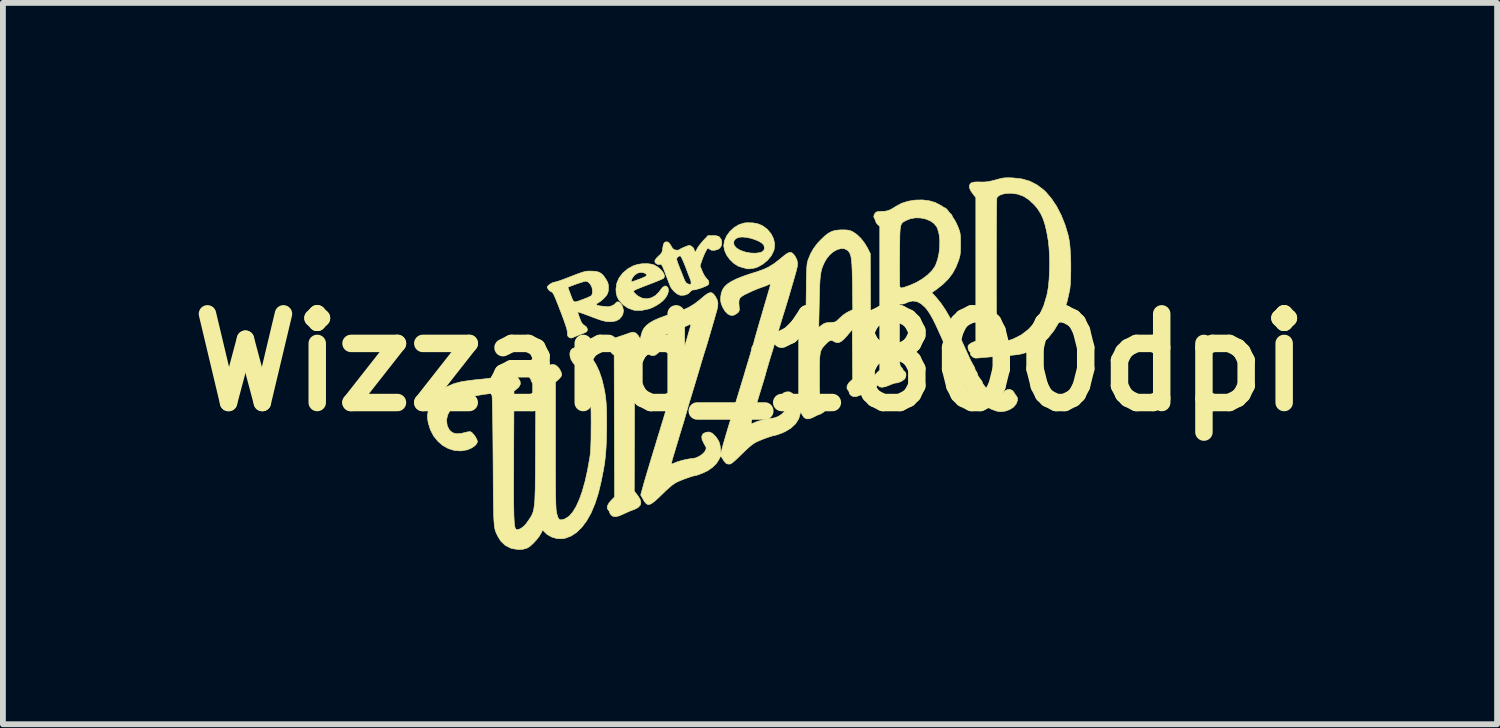
<source format=kicad_pcb>
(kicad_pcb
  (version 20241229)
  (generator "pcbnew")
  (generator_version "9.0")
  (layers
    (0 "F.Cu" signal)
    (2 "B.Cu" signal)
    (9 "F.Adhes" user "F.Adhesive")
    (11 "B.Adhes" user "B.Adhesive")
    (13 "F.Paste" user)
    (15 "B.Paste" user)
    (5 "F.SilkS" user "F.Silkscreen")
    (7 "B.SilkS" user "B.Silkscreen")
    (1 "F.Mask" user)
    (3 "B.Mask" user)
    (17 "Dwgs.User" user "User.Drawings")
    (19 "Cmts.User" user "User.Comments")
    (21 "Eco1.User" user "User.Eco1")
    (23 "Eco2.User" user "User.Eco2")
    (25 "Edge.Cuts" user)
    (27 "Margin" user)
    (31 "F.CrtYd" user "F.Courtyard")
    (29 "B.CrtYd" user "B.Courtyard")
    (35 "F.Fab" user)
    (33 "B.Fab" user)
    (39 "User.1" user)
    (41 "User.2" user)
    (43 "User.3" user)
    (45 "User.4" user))
  (footprint "Wizzard_1800dpi"
    (layer "F.Cu")
    (at 9.841 3.179)
    (property "Reference" "Wizzard_1800dpi" (at 0 0 0) (layer "F.SilkS") (effects (font (size 1.524 1.524) (thickness 0.3))))
    (attr through_hole)
    (fp_poly (pts (xy 0.053 -2.398) (xy 0.139 -2.381) (xy 0.213 -2.35) (xy 0.281 -2.301) (xy 0.293 -2.291) (xy 0.36 -2.213) (xy 0.404 -2.127) (xy 0.423 -2.036) (xy 0.415 -1.946) (xy 0.407 -1.918) (xy 0.367 -1.837) (xy 0.305 -1.76) (xy 0.227 -1.694) (xy 0.14 -1.644) (xy 0.106 -1.63) (xy 0.06 -1.618) (xy 0.01 -1.611) (xy -0.035 -1.608) (xy -0.066 -1.612) (xy -0.072 -1.615) (xy -0.089 -1.621) (xy -0.122 -1.629) (xy -0.126 -1.63) (xy -0.205 -1.656) (xy -0.281 -1.705) (xy -0.348 -1.77) (xy -0.402 -1.845) (xy -0.438 -1.926) (xy -0.452 -2.007) (xy -0.452 -2.007) (xy -0.444 -2.055) (xy -0.283 -2.055) (xy -0.27 -2.008) (xy -0.233 -1.966) (xy -0.167 -1.926) (xy -0.083 -1.897) (xy 0.008 -1.88) (xy 0.098 -1.877) (xy 0.176 -1.888) (xy 0.192 -1.893) (xy 0.233 -1.92) (xy 0.249 -1.959) (xy 0.24 -2.008) (xy 0.237 -2.015) (xy 0.208 -2.048) (xy 0.157 -2.08) (xy 0.091 -2.109) (xy 0.017 -2.133) (xy -0.059 -2.149) (xy -0.131 -2.156) (xy -0.183 -2.152) (xy -0.238 -2.132) (xy -0.272 -2.098) (xy -0.283 -2.055) (xy -0.444 -2.055) (xy -0.438 -2.093) (xy -0.401 -2.176) (xy -0.345 -2.252) (xy -0.274 -2.317) (xy -0.193 -2.366) (xy -0.106 -2.395) (xy -0.053 -2.401) (xy 0.053 -2.398)) (stroke (width 0.01) (type solid)) (fill yes) (layer "F.SilkS"))
    (fp_poly (pts (xy -1.682 -1.686) (xy -1.647 -1.674) (xy -1.589 -1.641) (xy -1.539 -1.6) (xy -1.5 -1.555) (xy -1.476 -1.511) (xy -1.471 -1.473) (xy -1.484 -1.447) (xy -1.502 -1.437) (xy -1.543 -1.419) (xy -1.602 -1.394) (xy -1.673 -1.366) (xy -1.753 -1.335) (xy -1.759 -1.333) (xy -1.847 -1.299) (xy -1.911 -1.274) (xy -1.956 -1.255) (xy -1.984 -1.241) (xy -1.998 -1.23) (xy -2.002 -1.221) (xy -1.998 -1.211) (xy -1.994 -1.205) (xy -1.97 -1.178) (xy -1.934 -1.147) (xy -1.918 -1.135) (xy -1.847 -1.102) (xy -1.771 -1.094) (xy -1.696 -1.11) (xy -1.625 -1.149) (xy -1.563 -1.211) (xy -1.544 -1.238) (xy -1.504 -1.288) (xy -1.468 -1.312) (xy -1.437 -1.311) (xy -1.411 -1.283) (xy -1.409 -1.277) (xy -1.401 -1.229) (xy -1.417 -1.171) (xy -1.453 -1.11) (xy -1.491 -1.067) (xy -1.541 -1.024) (xy -1.605 -0.982) (xy -1.672 -0.946) (xy -1.734 -0.921) (xy -1.772 -0.913) (xy -1.807 -0.907) (xy -1.828 -0.901) (xy -1.852 -0.896) (xy -1.893 -0.893) (xy -1.939 -0.893) (xy -1.98 -0.896) (xy -1.997 -0.898) (xy -2.095 -0.933) (xy -2.175 -0.986) (xy -2.204 -1.014) (xy -2.256 -1.076) (xy -2.286 -1.135) (xy -2.301 -1.201) (xy -2.304 -1.261) (xy -2.29 -1.361) (xy -2.274 -1.398) (xy -2.043 -1.398) (xy -2.042 -1.389) (xy -2.031 -1.387) (xy -2.007 -1.393) (xy -1.966 -1.408) (xy -1.904 -1.431) (xy -1.874 -1.442) (xy -1.815 -1.467) (xy -1.782 -1.488) (xy -1.774 -1.506) (xy -1.792 -1.524) (xy -1.822 -1.539) (xy -1.879 -1.549) (xy -1.936 -1.534) (xy -1.987 -1.498) (xy -2.026 -1.445) (xy -2.039 -1.413) (xy -2.043 -1.398) (xy -2.274 -1.398) (xy -2.25 -1.453) (xy -2.186 -1.537) (xy -2.1 -1.609) (xy -2.009 -1.659) (xy -1.933 -1.684) (xy -1.846 -1.697) (xy -1.76 -1.698) (xy -1.682 -1.686)) (stroke (width 0.01) (type solid)) (fill yes) (layer "F.SilkS"))
    (fp_poly (pts (xy -0.581 -2.177) (xy -0.544 -2.167) (xy -0.524 -2.154) (xy -0.495 -2.112) (xy -0.485 -2.061) (xy -0.492 -2.009) (xy -0.517 -1.967) (xy -0.549 -1.944) (xy -0.608 -1.927) (xy -0.66 -1.928) (xy -0.698 -1.947) (xy -0.7 -1.949) (xy -0.715 -1.964) (xy -0.727 -1.963) (xy -0.742 -1.943) (xy -0.758 -1.916) (xy -0.781 -1.87) (xy -0.806 -1.811) (xy -0.826 -1.758) (xy -0.859 -1.66) (xy -0.822 -1.567) (xy -0.795 -1.51) (xy -0.765 -1.463) (xy -0.746 -1.442) (xy -0.716 -1.407) (xy -0.706 -1.369) (xy -0.716 -1.338) (xy -0.723 -1.331) (xy -0.752 -1.315) (xy -0.797 -1.296) (xy -0.85 -1.276) (xy -0.902 -1.26) (xy -0.945 -1.249) (xy -0.972 -1.246) (xy -0.974 -1.246) (xy -1.003 -1.24) (xy -1.023 -1.218) (xy -1.064 -1.18) (xy -1.121 -1.157) (xy -1.184 -1.153) (xy -1.208 -1.157) (xy -1.25 -1.176) (xy -1.297 -1.213) (xy -1.339 -1.258) (xy -1.365 -1.298) (xy -1.377 -1.325) (xy -1.395 -1.372) (xy -1.418 -1.432) (xy -1.44 -1.488) (xy -1.469 -1.566) (xy -1.491 -1.62) (xy -1.507 -1.656) (xy -1.519 -1.676) (xy -1.531 -1.685) (xy -1.543 -1.686) (xy -1.551 -1.684) (xy -1.589 -1.685) (xy -1.621 -1.704) (xy -1.637 -1.734) (xy -1.637 -1.74) (xy -1.625 -1.77) (xy -1.619 -1.777) (xy -1.261 -1.777) (xy -1.256 -1.751) (xy -1.244 -1.714) (xy -1.224 -1.662) (xy -1.205 -1.612) (xy -1.198 -1.595) (xy -1.181 -1.555) (xy -1.16 -1.501) (xy -1.143 -1.456) (xy -1.123 -1.409) (xy -1.103 -1.375) (xy -1.088 -1.359) (xy -1.054 -1.346) (xy -1.044 -1.341) (xy -1.023 -1.34) (xy -1.013 -1.36) (xy -1.015 -1.393) (xy -1.022 -1.418) (xy -1.034 -1.447) (xy -1.053 -1.496) (xy -1.077 -1.558) (xy -1.103 -1.628) (xy -1.108 -1.642) (xy -1.135 -1.709) (xy -1.16 -1.766) (xy -1.18 -1.807) (xy -1.194 -1.829) (xy -1.197 -1.831) (xy -1.22 -1.827) (xy -1.242 -1.812) (xy -1.257 -1.795) (xy -1.261 -1.777) (xy -1.619 -1.777) (xy -1.592 -1.809) (xy -1.573 -1.827) (xy -1.536 -1.862) (xy -1.515 -1.891) (xy -1.505 -1.926) (xy -1.5 -1.965) (xy -1.49 -2.024) (xy -1.473 -2.058) (xy -1.447 -2.072) (xy -1.422 -2.072) (xy -1.392 -2.055) (xy -1.363 -2.013) (xy -1.358 -2.004) (xy -1.333 -1.962) (xy -1.306 -1.939) (xy -1.28 -1.931) (xy -1.235 -1.929) (xy -1.214 -1.939) (xy -1.189 -1.954) (xy -1.149 -1.973) (xy -1.116 -1.987) (xy -1.072 -2.004) (xy -1.044 -2.01) (xy -1.024 -2.006) (xy -1.006 -1.996) (xy -0.979 -1.973) (xy -0.966 -1.954) (xy -0.953 -1.914) (xy -0.942 -1.9) (xy -0.93 -1.912) (xy -0.913 -1.946) (xy -0.889 -1.988) (xy -0.851 -2.038) (xy -0.809 -2.088) (xy -0.803 -2.094) (xy -0.723 -2.179) (xy -0.638 -2.18) (xy -0.581 -2.177)) (stroke (width 0.01) (type solid)) (fill yes) (layer "F.SilkS"))
    (fp_poly (pts (xy 4.521 -3.171) (xy 4.673 -3.154) (xy 4.808 -3.115) (xy 4.931 -3.052) (xy 5.046 -2.965) (xy 5.085 -2.928) (xy 5.181 -2.815) (xy 5.271 -2.68) (xy 5.349 -2.528) (xy 5.415 -2.363) (xy 5.466 -2.193) (xy 5.484 -2.108) (xy 5.495 -2.032) (xy 5.503 -1.935) (xy 5.509 -1.824) (xy 5.513 -1.704) (xy 5.513 -1.584) (xy 5.511 -1.469) (xy 5.507 -1.365) (xy 5.499 -1.28) (xy 5.495 -1.249) (xy 5.451 -1.05) (xy 5.39 -0.866) (xy 5.314 -0.698) (xy 5.224 -0.549) (xy 5.121 -0.419) (xy 5.006 -0.312) (xy 4.88 -0.229) (xy 4.785 -0.185) (xy 4.743 -0.17) (xy 4.704 -0.157) (xy 4.666 -0.147) (xy 4.622 -0.138) (xy 4.57 -0.131) (xy 4.505 -0.124) (xy 4.422 -0.117) (xy 4.317 -0.109) (xy 4.26 -0.105) (xy 4.169 -0.098) (xy 4.084 -0.091) (xy 4.01 -0.085) (xy 3.953 -0.08) (xy 3.918 -0.076) (xy 3.916 -0.076) (xy 3.87 -0.075) (xy 3.834 -0.089) (xy 3.82 -0.099) (xy 3.795 -0.125) (xy 3.787 -0.147) (xy 3.787 -0.149) (xy 3.786 -0.172) (xy 3.78 -0.177) (xy 3.761 -0.202) (xy 3.748 -0.241) (xy 3.746 -0.278) (xy 3.748 -0.285) (xy 3.765 -0.307) (xy 3.799 -0.331) (xy 3.818 -0.341) (xy 3.881 -0.368) (xy 3.881 -1.588) (xy 4.233 -1.588) (xy 4.233 -1.365) (xy 4.234 -1.17) (xy 4.234 -1) (xy 4.235 -0.854) (xy 4.236 -0.73) (xy 4.237 -0.626) (xy 4.238 -0.543) (xy 4.24 -0.477) (xy 4.242 -0.427) (xy 4.244 -0.392) (xy 4.247 -0.371) (xy 4.25 -0.362) (xy 4.251 -0.361) (xy 4.286 -0.355) (xy 4.34 -0.358) (xy 4.404 -0.368) (xy 4.471 -0.385) (xy 4.523 -0.403) (xy 4.661 -0.472) (xy 4.782 -0.565) (xy 4.888 -0.679) (xy 4.976 -0.816) (xy 5.048 -0.974) (xy 5.101 -1.152) (xy 5.11 -1.192) (xy 5.128 -1.298) (xy 5.14 -1.424) (xy 5.147 -1.563) (xy 5.15 -1.708) (xy 5.147 -1.85) (xy 5.138 -1.984) (xy 5.125 -2.101) (xy 5.123 -2.11) (xy 5.098 -2.25) (xy 5.07 -2.368) (xy 5.038 -2.466) (xy 5 -2.55) (xy 4.954 -2.625) (xy 4.898 -2.696) (xy 4.888 -2.707) (xy 4.796 -2.794) (xy 4.701 -2.856) (xy 4.599 -2.893) (xy 4.487 -2.908) (xy 4.464 -2.908) (xy 4.388 -2.903) (xy 4.322 -2.887) (xy 4.272 -2.863) (xy 4.244 -2.832) (xy 4.242 -2.829) (xy 4.241 -2.811) (xy 4.24 -2.768) (xy 4.238 -2.701) (xy 4.237 -2.611) (xy 4.236 -2.502) (xy 4.235 -2.375) (xy 4.235 -2.232) (xy 4.234 -2.075) (xy 4.234 -1.907) (xy 4.233 -1.73) (xy 4.233 -1.588) (xy 3.881 -1.588) (xy 3.881 -2.834) (xy 3.848 -2.874) (xy 3.798 -2.943) (xy 3.772 -2.998) (xy 3.769 -3.041) (xy 3.789 -3.074) (xy 3.801 -3.083) (xy 3.828 -3.095) (xy 3.869 -3.101) (xy 3.93 -3.102) (xy 3.959 -3.101) (xy 4.03 -3.101) (xy 4.091 -3.107) (xy 4.155 -3.12) (xy 4.225 -3.138) (xy 4.291 -3.156) (xy 4.343 -3.168) (xy 4.392 -3.173) (xy 4.449 -3.174) (xy 4.521 -3.171)) (stroke (width 0.01) (type solid)) (fill yes) (layer "F.SilkS"))
    (fp_poly (pts (xy -2.673 -1.567) (xy -2.609 -1.555) (xy -2.559 -1.53) (xy -2.516 -1.488) (xy -2.475 -1.427) (xy -2.448 -1.379) (xy -2.436 -1.338) (xy -2.433 -1.29) (xy -2.433 -1.272) (xy -2.438 -1.218) (xy -2.451 -1.179) (xy -2.476 -1.14) (xy -2.484 -1.131) (xy -2.526 -1.087) (xy -2.575 -1.047) (xy -2.594 -1.035) (xy -2.63 -1.013) (xy -2.643 -0.999) (xy -2.639 -0.988) (xy -2.633 -0.985) (xy -2.604 -0.975) (xy -2.562 -0.969) (xy -2.55 -0.967) (xy -2.51 -0.964) (xy -2.481 -0.96) (xy -2.477 -0.959) (xy -2.438 -0.956) (xy -2.391 -0.967) (xy -2.347 -0.986) (xy -2.32 -1.009) (xy -2.29 -1.039) (xy -2.258 -1.041) (xy -2.226 -1.017) (xy -2.195 -0.967) (xy -2.19 -0.955) (xy -2.174 -0.89) (xy -2.186 -0.829) (xy -2.203 -0.795) (xy -2.244 -0.746) (xy -2.299 -0.715) (xy -2.37 -0.701) (xy -2.413 -0.7) (xy -2.452 -0.702) (xy -2.492 -0.708) (xy -2.537 -0.719) (xy -2.594 -0.737) (xy -2.668 -0.764) (xy -2.73 -0.787) (xy -2.804 -0.815) (xy -2.869 -0.839) (xy -2.919 -0.856) (xy -2.951 -0.866) (xy -2.961 -0.868) (xy -2.959 -0.853) (xy -2.948 -0.819) (xy -2.932 -0.772) (xy -2.927 -0.76) (xy -2.905 -0.703) (xy -2.884 -0.667) (xy -2.862 -0.645) (xy -2.845 -0.635) (xy -2.812 -0.609) (xy -2.796 -0.575) (xy -2.799 -0.542) (xy -2.811 -0.526) (xy -2.832 -0.515) (xy -2.872 -0.497) (xy -2.924 -0.477) (xy -2.935 -0.473) (xy -2.987 -0.453) (xy -3.029 -0.435) (xy -3.053 -0.424) (xy -3.056 -0.422) (xy -3.078 -0.419) (xy -3.105 -0.428) (xy -3.127 -0.444) (xy -3.137 -0.469) (xy -3.138 -0.508) (xy -3.141 -0.537) (xy -3.15 -0.579) (xy -3.168 -0.636) (xy -3.194 -0.711) (xy -3.229 -0.808) (xy -3.26 -0.888) (xy -3.299 -0.989) (xy -3.33 -1.067) (xy -3.354 -1.124) (xy -3.373 -1.165) (xy -3.388 -1.191) (xy -3.401 -1.206) (xy -3.413 -1.213) (xy -3.416 -1.214) (xy -3.447 -1.232) (xy -3.471 -1.261) (xy -3.484 -1.288) (xy -3.483 -1.292) (xy -3.129 -1.292) (xy -3.126 -1.278) (xy -3.114 -1.245) (xy -3.096 -1.196) (xy -3.082 -1.159) (xy -3.061 -1.104) (xy -3.045 -1.067) (xy -3.028 -1.047) (xy -3.005 -1.04) (xy -2.971 -1.047) (xy -2.921 -1.065) (xy -2.854 -1.09) (xy -2.8 -1.111) (xy -2.756 -1.131) (xy -2.728 -1.146) (xy -2.723 -1.15) (xy -2.711 -1.182) (xy -2.708 -1.228) (xy -2.714 -1.277) (xy -2.721 -1.301) (xy -2.748 -1.348) (xy -2.783 -1.382) (xy -2.82 -1.397) (xy -2.823 -1.397) (xy -2.844 -1.393) (xy -2.884 -1.381) (xy -2.936 -1.364) (xy -2.993 -1.345) (xy -3.047 -1.325) (xy -3.093 -1.308) (xy -3.122 -1.296) (xy -3.129 -1.292) (xy -3.483 -1.292) (xy -3.48 -1.307) (xy -3.459 -1.329) (xy -3.453 -1.334) (xy -3.415 -1.36) (xy -3.378 -1.376) (xy -3.375 -1.376) (xy -3.34 -1.384) (xy -3.304 -1.394) (xy -3.26 -1.408) (xy -3.206 -1.428) (xy -3.135 -1.455) (xy -3.048 -1.489) (xy -2.962 -1.522) (xy -2.897 -1.545) (xy -2.846 -1.56) (xy -2.803 -1.568) (xy -2.763 -1.57) (xy -2.759 -1.57) (xy -2.673 -1.567)) (stroke (width 0.01) (type solid)) (fill yes) (layer "F.SilkS"))
    (fp_poly (pts (xy -2.916 -0.243) (xy -2.845 -0.204) (xy -2.774 -0.142) (xy -2.708 -0.061) (xy -2.646 0.038) (xy -2.593 0.152) (xy -2.549 0.278) (xy -2.535 0.332) (xy -2.513 0.425) (xy -2.496 0.511) (xy -2.483 0.594) (xy -2.474 0.682) (xy -2.468 0.778) (xy -2.465 0.888) (xy -2.464 1.019) (xy -2.464 1.087) (xy -2.467 1.276) (xy -2.473 1.441) (xy -2.483 1.585) (xy -2.497 1.712) (xy -2.515 1.826) (xy -2.519 1.849) (xy -2.532 1.91) (xy -2.546 1.984) (xy -2.56 2.053) (xy -2.56 2.053) (xy -2.607 2.249) (xy -2.664 2.426) (xy -2.73 2.583) (xy -2.805 2.718) (xy -2.889 2.831) (xy -2.979 2.92) (xy -3.076 2.984) (xy -3.178 3.022) (xy -3.233 3.031) (xy -3.32 3.027) (xy -3.406 3.002) (xy -3.483 2.959) (xy -3.512 2.934) (xy -3.565 2.88) (xy -3.594 2.94) (xy -3.627 2.994) (xy -3.674 3.053) (xy -3.727 3.11) (xy -3.78 3.158) (xy -3.827 3.189) (xy -3.831 3.191) (xy -3.905 3.212) (xy -3.992 3.215) (xy -4.082 3.2) (xy -4.12 3.189) (xy -4.208 3.143) (xy -4.28 3.075) (xy -4.328 3) (xy -4.342 2.972) (xy -4.355 2.948) (xy -4.365 2.924) (xy -4.375 2.899) (xy -4.383 2.871) (xy -4.389 2.839) (xy -4.395 2.799) (xy -4.399 2.751) (xy -4.403 2.691) (xy -4.406 2.618) (xy -4.408 2.531) (xy -4.41 2.426) (xy -4.412 2.303) (xy -4.413 2.158) (xy -4.414 1.991) (xy -4.415 1.798) (xy -4.416 1.669) (xy -4.418 1.439) (xy -4.42 1.234) (xy -4.422 1.054) (xy -4.424 0.901) (xy -4.427 0.774) (xy -4.429 0.673) (xy -4.432 0.599) (xy -4.435 0.553) (xy -4.438 0.535) (xy -4.438 0.535) (xy -4.466 0.536) (xy -4.513 0.541) (xy -4.574 0.549) (xy -4.639 0.56) (xy -4.703 0.571) (xy -4.756 0.582) (xy -4.784 0.589) (xy -4.906 0.632) (xy -5.01 0.688) (xy -5.095 0.753) (xy -5.158 0.827) (xy -5.199 0.907) (xy -5.216 0.991) (xy -5.206 1.077) (xy -5.199 1.101) (xy -5.164 1.166) (xy -5.115 1.207) (xy -5.051 1.226) (xy -4.971 1.222) (xy -4.904 1.206) (xy -4.857 1.195) (xy -4.818 1.19) (xy -4.804 1.191) (xy -4.778 1.208) (xy -4.746 1.243) (xy -4.716 1.285) (xy -4.694 1.328) (xy -4.685 1.361) (xy -4.698 1.397) (xy -4.733 1.435) (xy -4.785 1.47) (xy -4.848 1.498) (xy -4.864 1.503) (xy -4.973 1.521) (xy -5.081 1.513) (xy -5.184 1.481) (xy -5.28 1.428) (xy -5.365 1.355) (xy -5.438 1.265) (xy -5.493 1.159) (xy -5.53 1.041) (xy -5.534 1.018) (xy -5.542 0.964) (xy -5.544 0.919) (xy -5.538 0.872) (xy -5.526 0.812) (xy -5.524 0.803) (xy -5.482 0.685) (xy -5.417 0.582) (xy -5.328 0.493) (xy -5.218 0.421) (xy -5.088 0.365) (xy -4.967 0.333) (xy -4.914 0.324) (xy -4.842 0.314) (xy -4.758 0.303) (xy -4.669 0.293) (xy -4.632 0.29) (xy -4.545 0.281) (xy -4.461 0.27) (xy -4.385 0.26) (xy -4.327 0.25) (xy -4.307 0.246) (xy -4.217 0.226) (xy -4.15 0.212) (xy -4.103 0.203) (xy -4.071 0.2) (xy -4.05 0.201) (xy -4.037 0.208) (xy -4.026 0.218) (xy -4.02 0.226) (xy -3.997 0.256) (xy -3.981 0.276) (xy -3.951 0.327) (xy -3.948 0.374) (xy -3.972 0.42) (xy -4.01 0.456) (xy -4.057 0.493) (xy -4.062 1.601) (xy -4.062 1.819) (xy -4.063 2.011) (xy -4.063 2.178) (xy -4.063 2.321) (xy -4.062 2.444) (xy -4.06 2.547) (xy -4.058 2.632) (xy -4.055 2.7) (xy -4.052 2.755) (xy -4.047 2.797) (xy -4.042 2.827) (xy -4.035 2.849) (xy -4.028 2.863) (xy -4.019 2.871) (xy -4.014 2.874) (xy -3.983 2.873) (xy -3.941 2.855) (xy -3.898 2.824) (xy -3.859 2.786) (xy -3.849 2.773) (xy -3.82 2.733) (xy -3.796 2.699) (xy -3.775 2.667) (xy -3.756 2.636) (xy -3.741 2.604) (xy -3.728 2.568) (xy -3.718 2.527) (xy -3.71 2.478) (xy -3.703 2.419) (xy -3.698 2.348) (xy -3.695 2.263) (xy -3.692 2.162) (xy -3.691 2.043) (xy -3.689 1.902) (xy -3.688 1.739) (xy -3.687 1.552) (xy -3.687 1.429) (xy -3.681 0.409) (xy -3.725 0.365) (xy -3.75 0.337) (xy -3.762 0.317) (xy -3.761 0.313) (xy -3.763 0.298) (xy -3.774 0.283) (xy -3.793 0.252) (xy -3.803 0.224) (xy -3.799 0.186) (xy -3.769 0.154) (xy -3.712 0.129) (xy -3.646 0.114) (xy -3.588 0.101) (xy -3.534 0.085) (xy -3.501 0.072) (xy -3.438 0.044) (xy -3.389 0.034) (xy -3.35 0.043) (xy -3.32 0.063) (xy -3.282 0.103) (xy -3.254 0.15) (xy -3.238 0.195) (xy -3.238 0.225) (xy -3.254 0.251) (xy -3.283 0.283) (xy -3.296 0.295) (xy -3.344 0.338) (xy -3.344 1.418) (xy -3.344 1.623) (xy -3.344 1.802) (xy -3.344 1.956) (xy -3.343 2.088) (xy -3.342 2.199) (xy -3.341 2.292) (xy -3.339 2.369) (xy -3.338 2.432) (xy -3.335 2.483) (xy -3.333 2.523) (xy -3.329 2.554) (xy -3.326 2.58) (xy -3.322 2.597) (xy -3.304 2.659) (xy -3.283 2.694) (xy -3.253 2.707) (xy -3.209 2.699) (xy -3.172 2.684) (xy -3.108 2.642) (xy -3.047 2.572) (xy -2.989 2.477) (xy -2.934 2.357) (xy -2.883 2.213) (xy -2.836 2.047) (xy -2.794 1.859) (xy -2.757 1.652) (xy -2.749 1.602) (xy -2.742 1.536) (xy -2.737 1.445) (xy -2.733 1.327) (xy -2.732 1.183) (xy -2.731 1.037) (xy -2.732 0.864) (xy -2.736 0.715) (xy -2.743 0.589) (xy -2.754 0.483) (xy -2.769 0.394) (xy -2.79 0.318) (xy -2.817 0.254) (xy -2.851 0.198) (xy -2.892 0.147) (xy -2.942 0.098) (xy -2.989 0.06) (xy -3.041 0.008) (xy -3.076 -0.049) (xy -3.094 -0.107) (xy -3.096 -0.161) (xy -3.082 -0.207) (xy -3.05 -0.24) (xy -3.003 -0.256) (xy -2.988 -0.257) (xy -2.916 -0.243)) (stroke (width 0.01) (type solid)) (fill yes) (layer "F.SilkS"))
    (fp_poly (pts (xy 3.077 -2.779) (xy 3.184 -2.748) (xy 3.276 -2.7) (xy 3.277 -2.7) (xy 3.316 -2.674) (xy 3.345 -2.657) (xy 3.357 -2.653) (xy 3.373 -2.642) (xy 3.396 -2.616) (xy 3.403 -2.607) (xy 3.428 -2.574) (xy 3.45 -2.552) (xy 3.453 -2.55) (xy 3.47 -2.531) (xy 3.471 -2.524) (xy 3.479 -2.505) (xy 3.498 -2.473) (xy 3.505 -2.465) (xy 3.527 -2.429) (xy 3.553 -2.377) (xy 3.577 -2.322) (xy 3.578 -2.321) (xy 3.594 -2.277) (xy 3.606 -2.239) (xy 3.613 -2.199) (xy 3.617 -2.149) (xy 3.618 -2.083) (xy 3.618 -2.039) (xy 3.618 -1.957) (xy 3.615 -1.896) (xy 3.61 -1.847) (xy 3.6 -1.804) (xy 3.586 -1.757) (xy 3.538 -1.635) (xy 3.48 -1.53) (xy 3.409 -1.436) (xy 3.32 -1.347) (xy 3.209 -1.259) (xy 3.189 -1.244) (xy 3.124 -1.199) (xy 3.193 -1.125) (xy 3.276 -1.024) (xy 3.359 -0.902) (xy 3.443 -0.757) (xy 3.509 -0.628) (xy 3.537 -0.572) (xy 3.561 -0.523) (xy 3.579 -0.49) (xy 3.585 -0.48) (xy 3.598 -0.456) (xy 3.619 -0.414) (xy 3.647 -0.352) (xy 3.685 -0.269) (xy 3.733 -0.163) (xy 3.74 -0.148) (xy 3.77 -0.081) (xy 3.799 -0.022) (xy 3.824 0.025) (xy 3.84 0.053) (xy 3.841 0.055) (xy 3.86 0.087) (xy 3.866 0.113) (xy 3.877 0.142) (xy 3.888 0.155) (xy 3.906 0.184) (xy 3.909 0.201) (xy 3.918 0.228) (xy 3.94 0.264) (xy 3.951 0.277) (xy 3.977 0.311) (xy 3.992 0.338) (xy 3.993 0.346) (xy 4.004 0.371) (xy 4.032 0.409) (xy 4.074 0.454) (xy 4.125 0.501) (xy 4.153 0.525) (xy 4.215 0.565) (xy 4.266 0.58) (xy 4.308 0.57) (xy 4.342 0.533) (xy 4.343 0.531) (xy 4.381 0.488) (xy 4.426 0.466) (xy 4.472 0.465) (xy 4.513 0.486) (xy 4.538 0.519) (xy 4.56 0.555) (xy 4.579 0.578) (xy 4.596 0.609) (xy 4.597 0.651) (xy 4.596 0.658) (xy 4.572 0.717) (xy 4.527 0.769) (xy 4.463 0.81) (xy 4.387 0.837) (xy 4.304 0.847) (xy 4.303 0.847) (xy 4.236 0.836) (xy 4.156 0.807) (xy 4.069 0.763) (xy 3.979 0.706) (xy 3.893 0.642) (xy 3.814 0.574) (xy 3.748 0.504) (xy 3.701 0.436) (xy 3.696 0.427) (xy 3.681 0.399) (xy 3.656 0.353) (xy 3.626 0.296) (xy 3.601 0.25) (xy 3.564 0.178) (xy 3.522 0.092) (xy 3.481 0.005) (xy 3.455 -0.053) (xy 3.383 -0.219) (xy 3.321 -0.361) (xy 3.267 -0.482) (xy 3.221 -0.583) (xy 3.181 -0.668) (xy 3.146 -0.738) (xy 3.115 -0.795) (xy 3.087 -0.842) (xy 3.061 -0.881) (xy 3.036 -0.915) (xy 3.01 -0.945) (xy 3.008 -0.947) (xy 2.937 -1.011) (xy 2.867 -1.047) (xy 2.794 -1.056) (xy 2.718 -1.038) (xy 2.685 -1.023) (xy 2.643 -1.007) (xy 2.607 -1.002) (xy 2.568 -1.002) (xy 2.568 -0.475) (xy 2.568 -0.339) (xy 2.569 -0.228) (xy 2.569 -0.141) (xy 2.57 -0.073) (xy 2.572 -0.021) (xy 2.574 0.015) (xy 2.578 0.041) (xy 2.582 0.057) (xy 2.588 0.068) (xy 2.595 0.076) (xy 2.596 0.078) (xy 2.618 0.102) (xy 2.625 0.119) (xy 2.635 0.138) (xy 2.653 0.152) (xy 2.676 0.181) (xy 2.681 0.222) (xy 2.67 0.265) (xy 2.649 0.293) (xy 2.597 0.328) (xy 2.537 0.35) (xy 2.507 0.353) (xy 2.478 0.359) (xy 2.435 0.374) (xy 2.399 0.389) (xy 2.327 0.417) (xy 2.268 0.427) (xy 2.225 0.419) (xy 2.208 0.405) (xy 2.196 0.391) (xy 2.184 0.396) (xy 2.166 0.422) (xy 2.162 0.429) (xy 2.13 0.467) (xy 2.087 0.49) (xy 2.072 0.494) (xy 2.023 0.51) (xy 1.966 0.532) (xy 1.935 0.545) (xy 1.885 0.566) (xy 1.84 0.582) (xy 1.818 0.588) (xy 1.777 0.587) (xy 1.739 0.57) (xy 1.713 0.543) (xy 1.707 0.524) (xy 1.697 0.493) (xy 1.686 0.48) (xy 1.666 0.447) (xy 1.668 0.404) (xy 1.692 0.359) (xy 1.715 0.334) (xy 1.764 0.289) (xy 1.761 -0.138) (xy 1.757 -0.565) (xy 1.669 -0.46) (xy 1.61 -0.396) (xy 1.56 -0.356) (xy 1.516 -0.339) (xy 1.474 -0.344) (xy 1.447 -0.358) (xy 1.412 -0.376) (xy 1.381 -0.377) (xy 1.348 -0.359) (xy 1.306 -0.319) (xy 1.303 -0.316) (xy 1.272 -0.283) (xy 1.247 -0.253) (xy 1.228 -0.223) (xy 1.214 -0.189) (xy 1.205 -0.147) (xy 1.199 -0.094) (xy 1.195 -0.025) (xy 1.193 0.063) (xy 1.193 0.174) (xy 1.193 0.222) (xy 1.193 0.335) (xy 1.193 0.424) (xy 1.195 0.49) (xy 1.197 0.539) (xy 1.2 0.572) (xy 1.205 0.593) (xy 1.211 0.605) (xy 1.215 0.61) (xy 1.254 0.65) (xy 1.287 0.699) (xy 1.308 0.747) (xy 1.312 0.773) (xy 1.299 0.814) (xy 1.265 0.854) (xy 1.215 0.885) (xy 1.185 0.896) (xy 1.151 0.909) (xy 1.108 0.931) (xy 1.091 0.94) (xy 1.026 0.968) (xy 0.972 0.97) (xy 0.928 0.947) (xy 0.895 0.897) (xy 0.892 0.891) (xy 0.877 0.86) (xy 0.87 0.852) (xy 0.865 0.866) (xy 0.864 0.875) (xy 0.837 0.968) (xy 0.784 1.053) (xy 0.707 1.126) (xy 0.608 1.187) (xy 0.548 1.214) (xy 0.495 1.233) (xy 0.451 1.248) (xy 0.423 1.255) (xy 0.419 1.256) (xy 0.393 1.261) (xy 0.347 1.275) (xy 0.289 1.294) (xy 0.225 1.318) (xy 0.164 1.343) (xy 0.12 1.362) (xy 0.08 1.383) (xy 0.036 1.413) (xy -0.015 1.455) (xy -0.077 1.512) (xy -0.144 1.576) (xy -0.209 1.64) (xy -0.257 1.685) (xy -0.293 1.716) (xy -0.319 1.735) (xy -0.34 1.745) (xy -0.358 1.748) (xy -0.369 1.747) (xy -0.394 1.743) (xy -0.414 1.732) (xy -0.436 1.709) (xy -0.462 1.671) (xy -0.489 1.628) (xy -0.5 1.615) (xy -0.51 1.619) (xy -0.523 1.644) (xy -0.533 1.666) (xy -0.577 1.736) (xy -0.644 1.802) (xy -0.728 1.861) (xy -0.822 1.905) (xy -0.874 1.925) (xy -0.918 1.94) (xy -0.946 1.947) (xy -0.95 1.947) (xy -0.976 1.952) (xy -1.022 1.966) (xy -1.08 1.986) (xy -1.143 2.009) (xy -1.205 2.034) (xy -1.249 2.053) (xy -1.289 2.075) (xy -1.333 2.105) (xy -1.384 2.147) (xy -1.447 2.204) (xy -1.512 2.267) (xy -1.588 2.34) (xy -1.648 2.393) (xy -1.695 2.427) (xy -1.733 2.443) (xy -1.764 2.44) (xy -1.792 2.419) (xy -1.82 2.382) (xy -1.847 2.335) (xy -1.879 2.278) (xy -1.85 2.173) (xy -1.828 2.093) (xy -1.798 1.988) (xy -1.76 1.861) (xy -1.716 1.714) (xy -1.671 1.566) (xy -1.648 1.491) (xy -1.624 1.413) (xy -1.604 1.345) (xy -1.592 1.305) (xy -1.573 1.244) (xy -1.55 1.169) (xy -1.528 1.096) (xy -1.523 1.079) (xy -1.499 1.002) (xy -1.473 0.915) (xy -1.449 0.835) (xy -1.447 0.826) (xy -1.424 0.751) (xy -1.4 0.671) (xy -1.378 0.598) (xy -1.375 0.587) (xy -1.359 0.532) (xy -1.347 0.486) (xy -1.341 0.456) (xy -1.341 0.452) (xy -1.333 0.424) (xy -1.328 0.416) (xy -1.317 0.395) (xy -1.305 0.357) (xy -1.301 0.339) (xy -1.293 0.308) (xy -1.28 0.26) (xy -1.261 0.194) (xy -1.236 0.107) (xy -1.205 -0.001) (xy -1.166 -0.133) (xy -1.12 -0.288) (xy -1.074 -0.444) (xy -1.054 -0.515) (xy -1.036 -0.576) (xy -1.023 -0.623) (xy -1.017 -0.649) (xy -1.016 -0.653) (xy -1.027 -0.655) (xy -1.052 -0.645) (xy -1.055 -0.644) (xy -1.091 -0.627) (xy -1.14 -0.609) (xy -1.171 -0.599) (xy -1.217 -0.583) (xy -1.279 -0.558) (xy -1.347 -0.528) (xy -1.394 -0.506) (xy -1.464 -0.471) (xy -1.513 -0.442) (xy -1.542 -0.414) (xy -1.557 -0.381) (xy -1.561 -0.338) (xy -1.557 -0.28) (xy -1.557 -0.278) (xy -1.553 -0.229) (xy -1.555 -0.199) (xy -1.565 -0.178) (xy -1.587 -0.157) (xy -1.596 -0.15) (xy -1.632 -0.124) (xy -1.665 -0.116) (xy -1.691 -0.118) (xy -1.749 -0.141) (xy -1.8 -0.188) (xy -1.838 -0.254) (xy -1.841 -0.261) (xy -1.864 -0.323) (xy -1.923 -0.266) (xy -1.983 -0.208) (xy -1.986 1.002) (xy -1.99 2.212) (xy -1.933 2.285) (xy -1.891 2.35) (xy -1.876 2.407) (xy -1.888 2.455) (xy -1.927 2.496) (xy -1.993 2.529) (xy -2.009 2.534) (xy -2.06 2.553) (xy -2.122 2.58) (xy -2.176 2.605) (xy -2.252 2.638) (xy -2.31 2.651) (xy -2.355 2.645) (xy -2.385 2.625) (xy -2.406 2.597) (xy -2.413 2.577) (xy -2.423 2.552) (xy -2.434 2.54) (xy -2.455 2.507) (xy -2.45 2.463) (xy -2.42 2.411) (xy -2.392 2.378) (xy -2.328 2.311) (xy -2.332 1.092) (xy -2.335 -0.126) (xy -2.365 -0.148) (xy -2.389 -0.172) (xy -2.416 -0.211) (xy -2.433 -0.241) (xy -2.454 -0.283) (xy -2.462 -0.309) (xy -2.459 -0.328) (xy -2.448 -0.348) (xy -2.436 -0.364) (xy -2.422 -0.378) (xy -2.402 -0.39) (xy -2.369 -0.404) (xy -2.32 -0.421) (xy -2.249 -0.444) (xy -2.237 -0.448) (xy -2.175 -0.469) (xy -2.119 -0.488) (xy -2.078 -0.503) (xy -2.066 -0.508) (xy -2.011 -0.52) (xy -1.963 -0.505) (xy -1.923 -0.462) (xy -1.918 -0.455) (xy -1.887 -0.402) (xy -1.87 -0.473) (xy -1.852 -0.533) (xy -1.824 -0.586) (xy -1.783 -0.633) (xy -1.728 -0.677) (xy -1.656 -0.719) (xy -1.565 -0.76) (xy -1.451 -0.802) (xy -1.313 -0.848) (xy -1.27 -0.861) (xy -1.152 -0.901) (xy -1.051 -0.947) (xy -0.959 -1.003) (xy -0.865 -1.075) (xy -0.837 -1.099) (xy -0.772 -1.153) (xy -0.723 -1.186) (xy -0.684 -1.2) (xy -0.652 -1.195) (xy -0.623 -1.171) (xy -0.594 -1.131) (xy -0.565 -1.075) (xy -0.552 -1.021) (xy -0.556 -0.959) (xy -0.57 -0.896) (xy -0.588 -0.833) (xy -0.61 -0.755) (xy -0.635 -0.669) (xy -0.662 -0.578) (xy -0.688 -0.487) (xy -0.713 -0.402) (xy -0.735 -0.327) (xy -0.753 -0.268) (xy -0.766 -0.228) (xy -0.769 -0.219) (xy -0.779 -0.187) (xy -0.796 -0.133) (xy -0.817 -0.064) (xy -0.841 0.015) (xy -0.859 0.078) (xy -0.889 0.177) (xy -0.922 0.288) (xy -0.955 0.398) (xy -0.985 0.497) (xy -0.995 0.529) (xy -1.019 0.609) (xy -1.043 0.687) (xy -1.063 0.754) (xy -1.077 0.804) (xy -1.081 0.818) (xy -1.11 0.919) (xy -1.135 1.005) (xy -1.16 1.088) (xy -1.169 1.115) (xy -1.185 1.169) (xy -1.207 1.239) (xy -1.229 1.314) (xy -1.241 1.355) (xy -1.265 1.432) (xy -1.289 1.515) (xy -1.312 1.59) (xy -1.321 1.62) (xy -1.337 1.674) (xy -1.347 1.716) (xy -1.351 1.741) (xy -1.35 1.745) (xy -1.335 1.743) (xy -1.304 1.731) (xy -1.289 1.724) (xy -1.248 1.708) (xy -1.188 1.69) (xy -1.121 1.673) (xy -1.055 1.66) (xy -1.001 1.652) (xy -0.983 1.651) (xy -0.933 1.641) (xy -0.876 1.615) (xy -0.822 1.58) (xy -0.783 1.541) (xy -0.777 1.532) (xy -0.759 1.497) (xy -0.753 1.469) (xy -0.754 1.464) (xy -0.765 1.442) (xy -0.785 1.406) (xy -0.797 1.384) (xy -0.826 1.319) (xy -0.829 1.267) (xy -0.808 1.228) (xy -0.762 1.202) (xy -0.705 1.195) (xy -0.65 1.217) (xy -0.597 1.267) (xy -0.597 1.267) (xy -0.555 1.324) (xy -0.53 1.373) (xy -0.515 1.427) (xy -0.509 1.475) (xy -0.501 1.559) (xy -0.477 1.468) (xy -0.462 1.412) (xy -0.441 1.339) (xy -0.414 1.246) (xy -0.38 1.132) (xy -0.338 0.994) (xy -0.302 0.875) (xy -0.279 0.799) (xy -0.256 0.722) (xy -0.235 0.653) (xy -0.223 0.614) (xy -0.204 0.552) (xy -0.182 0.478) (xy -0.159 0.404) (xy -0.154 0.388) (xy -0.131 0.311) (xy -0.104 0.224) (xy -0.081 0.144) (xy -0.078 0.134) (xy -0.056 0.06) (xy -0.031 -0.021) (xy -0.01 -0.093) (xy -0.006 -0.105) (xy 0.01 -0.159) (xy 0.022 -0.206) (xy 0.028 -0.235) (xy 0.028 -0.239) (xy 0.035 -0.268) (xy 0.041 -0.276) (xy 0.051 -0.297) (xy 0.064 -0.334) (xy 0.068 -0.353) (xy 0.076 -0.383) (xy 0.089 -0.431) (xy 0.108 -0.498) (xy 0.133 -0.585) (xy 0.164 -0.693) (xy 0.203 -0.824) (xy 0.248 -0.98) (xy 0.294 -1.136) (xy 0.315 -1.207) (xy 0.333 -1.268) (xy 0.345 -1.314) (xy 0.352 -1.341) (xy 0.353 -1.345) (xy 0.342 -1.347) (xy 0.317 -1.337) (xy 0.314 -1.335) (xy 0.278 -1.319) (xy 0.229 -1.301) (xy 0.198 -1.29) (xy 0.152 -1.274) (xy 0.09 -1.249) (xy 0.022 -1.219) (xy -0.025 -1.197) (xy -0.096 -1.163) (xy -0.144 -1.133) (xy -0.174 -1.105) (xy -0.188 -1.072) (xy -0.192 -1.029) (xy -0.188 -0.972) (xy -0.188 -0.97) (xy -0.184 -0.921) (xy -0.186 -0.89) (xy -0.196 -0.869) (xy -0.218 -0.848) (xy -0.227 -0.841) (xy -0.279 -0.811) (xy -0.332 -0.809) (xy -0.383 -0.833) (xy -0.431 -0.882) (xy -0.474 -0.957) (xy -0.475 -0.96) (xy -0.496 -1.013) (xy -0.505 -1.06) (xy -0.504 -1.117) (xy -0.504 -1.126) (xy -0.494 -1.191) (xy -0.473 -1.248) (xy -0.439 -1.3) (xy -0.389 -1.347) (xy -0.322 -1.391) (xy -0.235 -1.434) (xy -0.126 -1.478) (xy 0.007 -1.524) (xy 0.099 -1.552) (xy 0.217 -1.593) (xy 0.317 -1.638) (xy 0.409 -1.695) (xy 0.503 -1.767) (xy 0.532 -1.791) (xy 0.597 -1.844) (xy 0.646 -1.878) (xy 0.685 -1.892) (xy 0.717 -1.886) (xy 0.745 -1.863) (xy 0.775 -1.823) (xy 0.804 -1.767) (xy 0.817 -1.712) (xy 0.813 -1.65) (xy 0.798 -1.587) (xy 0.781 -1.524) (xy 0.759 -1.447) (xy 0.734 -1.36) (xy 0.707 -1.269) (xy 0.681 -1.179) (xy 0.656 -1.094) (xy 0.633 -1.019) (xy 0.615 -0.959) (xy 0.603 -0.92) (xy 0.6 -0.91) (xy 0.59 -0.878) (xy 0.573 -0.825) (xy 0.552 -0.756) (xy 0.528 -0.677) (xy 0.509 -0.614) (xy 0.48 -0.514) (xy 0.447 -0.404) (xy 0.414 -0.294) (xy 0.384 -0.195) (xy 0.374 -0.162) (xy 0.349 -0.082) (xy 0.326 -0.005) (xy 0.306 0.063) (xy 0.291 0.113) (xy 0.287 0.127) (xy 0.259 0.228) (xy 0.234 0.314) (xy 0.208 0.397) (xy 0.2 0.423) (xy 0.184 0.477) (xy 0.162 0.547) (xy 0.14 0.622) (xy 0.127 0.663) (xy 0.104 0.74) (xy 0.079 0.823) (xy 0.057 0.899) (xy 0.047 0.929) (xy 0.032 0.982) (xy 0.022 1.025) (xy 0.018 1.05) (xy 0.019 1.053) (xy 0.034 1.052) (xy 0.065 1.04) (xy 0.08 1.033) (xy 0.121 1.016) (xy 0.18 0.999) (xy 0.248 0.982) (xy 0.313 0.968) (xy 0.367 0.961) (xy 0.386 0.959) (xy 0.436 0.949) (xy 0.493 0.924) (xy 0.546 0.888) (xy 0.586 0.849) (xy 0.592 0.841) (xy 0.61 0.805) (xy 0.616 0.778) (xy 0.615 0.772) (xy 0.603 0.75) (xy 0.583 0.714) (xy 0.571 0.693) (xy 0.545 0.637) (xy 0.537 0.594) (xy 0.547 0.556) (xy 0.55 0.551) (xy 0.58 0.522) (xy 0.625 0.506) (xy 0.674 0.506) (xy 0.69 0.51) (xy 0.724 0.531) (xy 0.763 0.568) (xy 0.801 0.614) (xy 0.83 0.659) (xy 0.842 0.687) (xy 0.859 0.714) (xy 0.888 0.716) (xy 0.924 0.697) (xy 0.929 0.693) (xy 0.934 0.687) (xy 0.938 0.677) (xy 0.941 0.662) (xy 0.944 0.639) (xy 0.946 0.607) (xy 0.948 0.565) (xy 0.95 0.509) (xy 0.952 0.439) (xy 0.953 0.353) (xy 0.955 0.248) (xy 0.956 0.124) (xy 0.957 -0.022) (xy 0.958 -0.193) (xy 0.96 -0.388) (xy 0.96 -0.498) (xy 0.961 -0.602) (xy 1.181 -0.602) (xy 1.235 -0.643) (xy 1.271 -0.667) (xy 1.308 -0.68) (xy 1.356 -0.686) (xy 1.379 -0.687) (xy 1.426 -0.689) (xy 1.459 -0.695) (xy 1.486 -0.71) (xy 1.517 -0.738) (xy 1.543 -0.763) (xy 1.592 -0.807) (xy 1.647 -0.847) (xy 1.691 -0.871) (xy 1.766 -0.906) (xy 1.761 -1.324) (xy 1.758 -1.465) (xy 1.755 -1.58) (xy 1.751 -1.673) (xy 1.745 -1.746) (xy 1.738 -1.803) (xy 1.727 -1.847) (xy 1.714 -1.879) (xy 1.698 -1.904) (xy 1.678 -1.925) (xy 1.675 -1.927) (xy 1.624 -1.954) (xy 1.563 -1.957) (xy 1.498 -1.939) (xy 1.432 -1.903) (xy 1.369 -1.849) (xy 1.314 -1.78) (xy 1.286 -1.732) (xy 1.263 -1.686) (xy 1.245 -1.642) (xy 1.23 -1.598) (xy 1.219 -1.548) (xy 1.21 -1.49) (xy 1.203 -1.42) (xy 1.198 -1.335) (xy 1.194 -1.229) (xy 1.191 -1.101) (xy 1.19 -1.045) (xy 1.181 -0.602) (xy 0.961 -0.602) (xy 0.962 -0.708) (xy 0.963 -0.891) (xy 0.964 -1.05) (xy 0.966 -1.186) (xy 0.967 -1.302) (xy 0.968 -1.399) (xy 0.97 -1.48) (xy 0.972 -1.545) (xy 0.974 -1.598) (xy 0.976 -1.64) (xy 0.979 -1.673) (xy 0.982 -1.699) (xy 0.986 -1.72) (xy 0.991 -1.738) (xy 0.996 -1.754) (xy 0.997 -1.759) (xy 1.04 -1.866) (xy 1.093 -1.959) (xy 1.161 -2.049) (xy 1.214 -2.105) (xy 1.286 -2.174) (xy 1.349 -2.222) (xy 1.411 -2.254) (xy 1.477 -2.271) (xy 1.556 -2.278) (xy 1.58 -2.278) (xy 1.646 -2.277) (xy 1.693 -2.272) (xy 1.732 -2.261) (xy 1.769 -2.244) (xy 1.838 -2.197) (xy 1.907 -2.13) (xy 1.97 -2.048) (xy 2.021 -1.963) (xy 2.067 -1.87) (xy 2.071 -0.826) (xy 2.072 -0.626) (xy 2.073 -0.454) (xy 2.074 -0.305) (xy 2.075 -0.179) (xy 2.076 -0.075) (xy 2.078 0.011) (xy 2.079 0.079) (xy 2.081 0.132) (xy 2.084 0.172) (xy 2.086 0.199) (xy 2.09 0.217) (xy 2.093 0.227) (xy 2.096 0.23) (xy 2.113 0.252) (xy 2.117 0.269) (xy 2.123 0.291) (xy 2.131 0.296) (xy 2.139 0.285) (xy 2.137 0.263) (xy 2.137 0.236) (xy 2.153 0.208) (xy 2.179 0.18) (xy 2.23 0.131) (xy 2.23 -1.615) (xy 2.57 -1.615) (xy 2.57 -1.516) (xy 2.571 -1.432) (xy 2.572 -1.366) (xy 2.573 -1.322) (xy 2.575 -1.303) (xy 2.581 -1.288) (xy 2.594 -1.281) (xy 2.617 -1.282) (xy 2.656 -1.293) (xy 2.714 -1.313) (xy 2.748 -1.325) (xy 2.858 -1.374) (xy 2.961 -1.434) (xy 3.053 -1.504) (xy 3.127 -1.577) (xy 3.18 -1.652) (xy 3.189 -1.67) (xy 3.224 -1.767) (xy 3.248 -1.876) (xy 3.26 -1.99) (xy 3.261 -2.104) (xy 3.249 -2.208) (xy 3.224 -2.297) (xy 3.21 -2.328) (xy 3.165 -2.386) (xy 3.1 -2.432) (xy 3.02 -2.465) (xy 2.932 -2.483) (xy 2.841 -2.485) (xy 2.754 -2.469) (xy 2.703 -2.449) (xy 2.67 -2.434) (xy 2.644 -2.42) (xy 2.623 -2.406) (xy 2.607 -2.388) (xy 2.595 -2.363) (xy 2.586 -2.329) (xy 2.58 -2.283) (xy 2.576 -2.221) (xy 2.574 -2.141) (xy 2.573 -2.04) (xy 2.572 -1.915) (xy 2.571 -1.844) (xy 2.57 -1.725) (xy 2.57 -1.615) (xy 2.23 -1.615) (xy 2.23 -2.338) (xy 2.194 -2.371) (xy 2.17 -2.399) (xy 2.159 -2.425) (xy 2.159 -2.426) (xy 2.15 -2.455) (xy 2.138 -2.474) (xy 2.126 -2.509) (xy 2.139 -2.549) (xy 2.156 -2.572) (xy 2.177 -2.587) (xy 2.212 -2.594) (xy 2.268 -2.596) (xy 2.326 -2.599) (xy 2.376 -2.61) (xy 2.426 -2.632) (xy 2.486 -2.668) (xy 2.505 -2.681) (xy 2.603 -2.734) (xy 2.716 -2.77) (xy 2.836 -2.79) (xy 2.959 -2.793) (xy 3.077 -2.779)) (stroke (width 0.01) (type solid)) (fill yes) (layer "F.SilkS")))
  (gr_rect
    (start -3 -3)
    (end 22.681 9.398)
    (stroke (width 0.1) (type default))
    (fill no)
    (layer "Edge.Cuts")))
</source>
